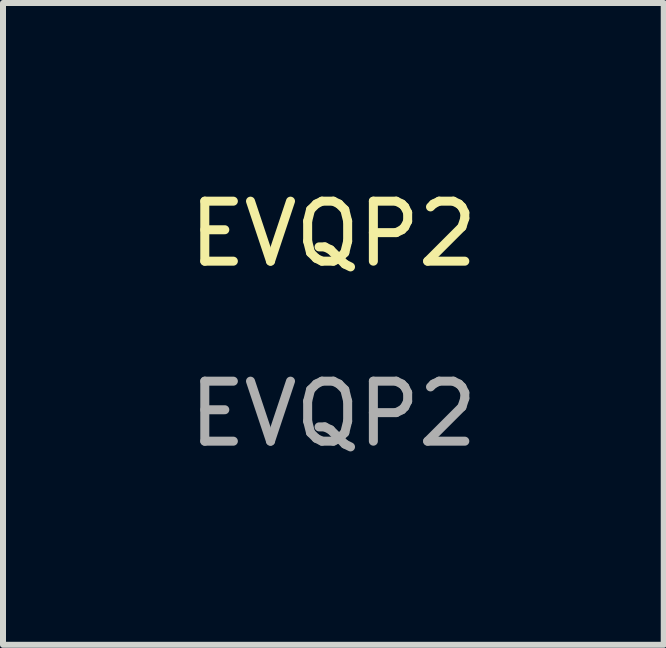
<source format=kicad_pcb>
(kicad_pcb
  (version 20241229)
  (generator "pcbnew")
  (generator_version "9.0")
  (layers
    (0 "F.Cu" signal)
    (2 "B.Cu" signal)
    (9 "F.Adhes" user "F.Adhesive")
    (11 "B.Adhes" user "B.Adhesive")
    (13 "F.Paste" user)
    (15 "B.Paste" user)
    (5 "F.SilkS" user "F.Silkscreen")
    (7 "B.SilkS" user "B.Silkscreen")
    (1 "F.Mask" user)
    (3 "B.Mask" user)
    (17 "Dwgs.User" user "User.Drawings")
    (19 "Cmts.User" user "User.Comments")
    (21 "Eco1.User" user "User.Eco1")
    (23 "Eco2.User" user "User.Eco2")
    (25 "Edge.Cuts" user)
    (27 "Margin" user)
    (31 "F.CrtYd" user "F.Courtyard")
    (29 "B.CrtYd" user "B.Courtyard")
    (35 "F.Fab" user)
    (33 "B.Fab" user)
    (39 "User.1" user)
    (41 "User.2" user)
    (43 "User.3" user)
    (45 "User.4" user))
  (footprint "EVQP2"
    (layer "F.Cu")
    (at 2.506 1.348)
    (property "Reference" "EVQP2" (at 0 -0.5 0) (unlocked yes) (layer "F.SilkS") (effects (font (size 1 1) (thickness 0.15))))
    (attr smd)
    (fp_text user "${REFERENCE}" (at 0 2.5 0) (unlocked yes) (layer "F.Fab") (effects (font (size 1 1) (thickness 0.15)))))
  (gr_rect
    (start -3 -3)
    (end 8.012 7.697)
    (stroke (width 0.1) (type default))
    (fill no)
    (layer "Edge.Cuts")))
</source>
